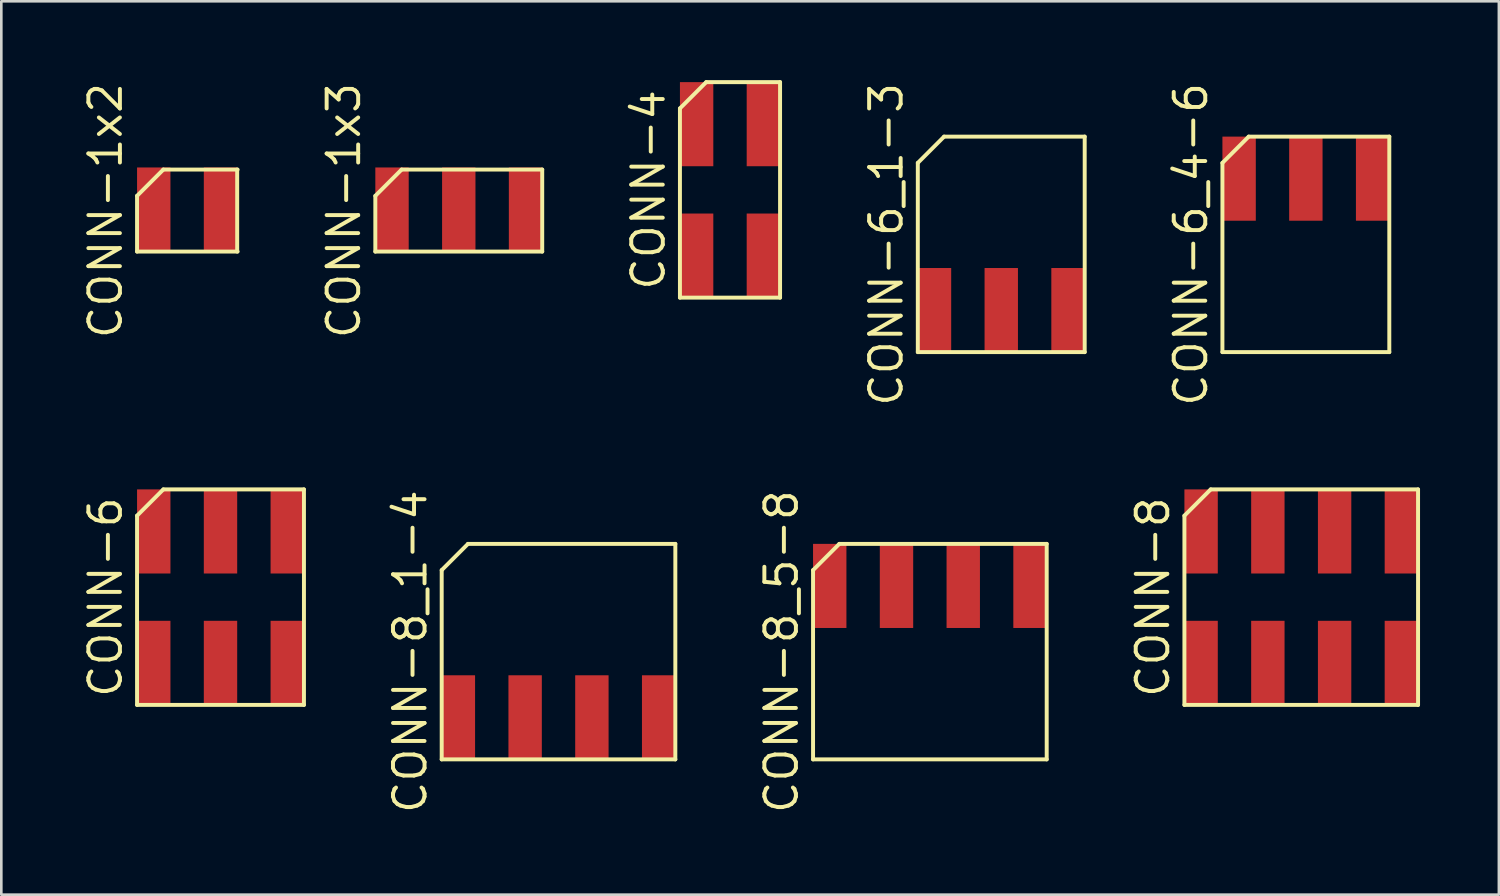
<source format=kicad_pcb>
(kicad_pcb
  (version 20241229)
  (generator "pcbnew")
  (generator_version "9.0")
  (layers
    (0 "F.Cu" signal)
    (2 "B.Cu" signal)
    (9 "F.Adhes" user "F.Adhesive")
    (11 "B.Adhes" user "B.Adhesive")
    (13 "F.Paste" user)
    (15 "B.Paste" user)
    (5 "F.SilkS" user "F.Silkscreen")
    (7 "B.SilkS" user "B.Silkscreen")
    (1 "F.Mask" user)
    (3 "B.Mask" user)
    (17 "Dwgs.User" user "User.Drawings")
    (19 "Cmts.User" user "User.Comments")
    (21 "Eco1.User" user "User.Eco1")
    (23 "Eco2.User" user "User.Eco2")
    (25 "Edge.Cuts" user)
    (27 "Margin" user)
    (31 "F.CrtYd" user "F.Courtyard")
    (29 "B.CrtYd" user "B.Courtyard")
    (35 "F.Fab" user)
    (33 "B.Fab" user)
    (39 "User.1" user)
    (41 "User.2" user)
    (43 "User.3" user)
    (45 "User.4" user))
  (footprint "CONN-6"
    (layer "F.Cu")
    (at 5.34 19.671)
    (property "Reference" "CONN-6" (at -4.375 0 90) (layer "F.SilkS") (effects (font (size 1.2 1.2) (thickness 0.15))))
    (attr through_hole)
    (fp_line (start -3.175 -3.1) (end -3.175 4.1) (stroke (width 0.15) (type solid)) (layer "F.SilkS"))
    (fp_line (start -3.175 4.1) (end 3.175 4.1) (stroke (width 0.15) (type solid)) (layer "F.SilkS"))
    (fp_line (start -2.175 -4.1) (end -3.175 -3.1) (stroke (width 0.15) (type solid)) (layer "F.SilkS"))
    (fp_line (start 3.175 -4.1) (end -2.175 -4.1) (stroke (width 0.15) (type solid)) (layer "F.SilkS"))
    (fp_line (start 3.175 4.1) (end 3.175 -4.1) (stroke (width 0.15) (type solid)) (layer "F.SilkS"))
    (pad "1" smd rect (at -2.54 2.5) (size 1.27 3.2) (layers "F.Cu" "F.Mask" "F.Paste"))
    (pad "2" smd rect (at 0 2.5) (size 1.27 3.2) (layers "F.Cu" "F.Mask" "F.Paste"))
    (pad "3" smd rect (at 2.54 2.5) (size 1.27 3.2) (layers "F.Cu" "F.Mask" "F.Paste"))
    (pad "4" smd rect (at 2.54 -2.5) (size 1.27 3.2) (layers "F.Cu" "F.Mask" "F.Paste"))
    (pad "5" smd rect (at 0 -2.5) (size 1.27 3.2) (layers "F.Cu" "F.Mask" "F.Paste"))
    (pad "6" smd rect (at -2.54 -2.5) (size 1.27 3.2) (layers "F.Cu" "F.Mask" "F.Paste")))
  (footprint "CONN-8_1-4"
    (layer "F.Cu")
    (at 18.201 21.744)
    (property "Reference" "CONN-8_1-4" (at -5.645 0 90) (layer "F.SilkS") (effects (font (size 1.2 1.2) (thickness 0.15))))
    (attr through_hole)
    (fp_line (start -4.445 -3.1) (end -4.445 4.1) (stroke (width 0.15) (type solid)) (layer "F.SilkS"))
    (fp_line (start -4.445 4.1) (end 4.445 4.1) (stroke (width 0.15) (type solid)) (layer "F.SilkS"))
    (fp_line (start -3.445 -4.1) (end -4.445 -3.1) (stroke (width 0.15) (type solid)) (layer "F.SilkS"))
    (fp_line (start 4.445 -4.1) (end -3.445 -4.1) (stroke (width 0.15) (type solid)) (layer "F.SilkS"))
    (fp_line (start 4.445 4.1) (end 4.445 -4.1) (stroke (width 0.15) (type solid)) (layer "F.SilkS"))
    (pad "1" smd rect (at -3.81 2.5) (size 1.27 3.2) (layers "F.Cu" "F.Mask" "F.Paste"))
    (pad "2" smd rect (at -1.27 2.5) (size 1.27 3.2) (layers "F.Cu" "F.Mask" "F.Paste"))
    (pad "3" smd rect (at 1.27 2.5) (size 1.27 3.2) (layers "F.Cu" "F.Mask" "F.Paste"))
    (pad "4" smd rect (at 3.81 2.5) (size 1.27 3.2) (layers "F.Cu" "F.Mask" "F.Paste")))
  (footprint "CONN-8"
    (layer "F.Cu")
    (at 46.461 19.671)
    (property "Reference" "CONN-8" (at -5.645 0 90) (layer "F.SilkS") (effects (font (size 1.2 1.2) (thickness 0.15))))
    (attr through_hole)
    (fp_line (start -4.445 -3.1) (end -4.445 4.1) (stroke (width 0.15) (type solid)) (layer "F.SilkS"))
    (fp_line (start -4.445 4.1) (end 4.445 4.1) (stroke (width 0.15) (type solid)) (layer "F.SilkS"))
    (fp_line (start -3.445 -4.1) (end -4.445 -3.1) (stroke (width 0.15) (type solid)) (layer "F.SilkS"))
    (fp_line (start 4.445 -4.1) (end -3.445 -4.1) (stroke (width 0.15) (type solid)) (layer "F.SilkS"))
    (fp_line (start 4.445 4.1) (end 4.445 -4.1) (stroke (width 0.15) (type solid)) (layer "F.SilkS"))
    (pad "1" smd rect (at -3.81 2.5) (size 1.27 3.2) (layers "F.Cu" "F.Mask" "F.Paste"))
    (pad "2" smd rect (at -1.27 2.5) (size 1.27 3.2) (layers "F.Cu" "F.Mask" "F.Paste"))
    (pad "3" smd rect (at 1.27 2.5) (size 1.27 3.2) (layers "F.Cu" "F.Mask" "F.Paste"))
    (pad "4" smd rect (at 3.81 2.5) (size 1.27 3.2) (layers "F.Cu" "F.Mask" "F.Paste"))
    (pad "5" smd rect (at 3.81 -2.5) (size 1.27 3.2) (layers "F.Cu" "F.Mask" "F.Paste"))
    (pad "6" smd rect (at 1.27 -2.5) (size 1.27 3.2) (layers "F.Cu" "F.Mask" "F.Paste"))
    (pad "7" smd rect (at -1.27 -2.5) (size 1.27 3.2) (layers "F.Cu" "F.Mask" "F.Paste"))
    (pad "8" smd rect (at -3.81 -2.5) (size 1.27 3.2) (layers "F.Cu" "F.Mask" "F.Paste")))
  (footprint "CONN-1x3"
    (layer "F.Cu")
    (at 14.406 4.962)
    (property "Reference" "CONN-1x3" (at -4.375 0 90) (layer "F.SilkS") (effects (font (size 1.2 1.2) (thickness 0.15))))
    (attr through_hole)
    (fp_line (start -3.175 1.56) (end -3.175 -0.56) (stroke (width 0.15) (type solid)) (layer "F.SilkS"))
    (fp_line (start -3.175 1.56) (end 3.175 1.56) (stroke (width 0.15) (type solid)) (layer "F.SilkS"))
    (fp_line (start -2.175 -1.56) (end -3.175 -0.56) (stroke (width 0.15) (type solid)) (layer "F.SilkS"))
    (fp_line (start 3.175 -1.56) (end -2.175 -1.56) (stroke (width 0.15) (type solid)) (layer "F.SilkS"))
    (fp_line (start 3.175 1.56) (end 3.175 -1.56) (stroke (width 0.15) (type solid)) (layer "F.SilkS"))
    (pad "1" smd rect (at -2.54 -0.04) (size 1.27 3.2) (layers "F.Cu" "F.Mask" "F.Paste"))
    (pad "2" smd rect (at 0 -0.04) (size 1.27 3.2) (layers "F.Cu" "F.Mask" "F.Paste"))
    (pad "3" smd rect (at 2.54 -0.04) (size 1.27 3.2) (layers "F.Cu" "F.Mask" "F.Paste")))
  (footprint "CONN-8_5-8"
    (layer "F.Cu")
    (at 32.331 21.744)
    (property "Reference" "CONN-8_5-8" (at -5.645 0 90) (layer "F.SilkS") (effects (font (size 1.2 1.2) (thickness 0.15))))
    (attr through_hole)
    (fp_line (start -4.445 -3.1) (end -4.445 4.1) (stroke (width 0.15) (type solid)) (layer "F.SilkS"))
    (fp_line (start -4.445 4.1) (end 4.445 4.1) (stroke (width 0.15) (type solid)) (layer "F.SilkS"))
    (fp_line (start -3.445 -4.1) (end -4.445 -3.1) (stroke (width 0.15) (type solid)) (layer "F.SilkS"))
    (fp_line (start 4.445 -4.1) (end -3.445 -4.1) (stroke (width 0.15) (type solid)) (layer "F.SilkS"))
    (fp_line (start 4.445 4.1) (end 4.445 -4.1) (stroke (width 0.15) (type solid)) (layer "F.SilkS"))
    (pad "5" smd rect (at 3.81 -2.5) (size 1.27 3.2) (layers "F.Cu" "F.Mask" "F.Paste"))
    (pad "6" smd rect (at 1.27 -2.5) (size 1.27 3.2) (layers "F.Cu" "F.Mask" "F.Paste"))
    (pad "7" smd rect (at -1.27 -2.5) (size 1.27 3.2) (layers "F.Cu" "F.Mask" "F.Paste"))
    (pad "8" smd rect (at -3.81 -2.5) (size 1.27 3.2) (layers "F.Cu" "F.Mask" "F.Paste")))
  (footprint "CONN-4"
    (layer "F.Cu")
    (at 24.726 4.175)
    (property "Reference" "CONN-4" (at -3.105 0 90) (layer "F.SilkS") (effects (font (size 1.2 1.2) (thickness 0.15))))
    (attr through_hole)
    (fp_line (start -1.905 -3.1) (end -1.905 4.1) (stroke (width 0.15) (type solid)) (layer "F.SilkS"))
    (fp_line (start -1.905 4.1) (end 1.905 4.1) (stroke (width 0.15) (type solid)) (layer "F.SilkS"))
    (fp_line (start -0.905 -4.1) (end -1.905 -3.1) (stroke (width 0.15) (type solid)) (layer "F.SilkS"))
    (fp_line (start 1.905 -4.1) (end -0.905 -4.1) (stroke (width 0.15) (type solid)) (layer "F.SilkS"))
    (fp_line (start 1.905 4.1) (end 1.905 -4.1) (stroke (width 0.15) (type solid)) (layer "F.SilkS"))
    (pad "1" smd rect (at -1.27 2.5) (size 1.27 3.2) (layers "F.Cu" "F.Mask" "F.Paste"))
    (pad "2" smd rect (at 1.27 2.5) (size 1.27 3.2) (layers "F.Cu" "F.Mask" "F.Paste"))
    (pad "3" smd rect (at 1.27 -2.5) (size 1.27 3.2) (layers "F.Cu" "F.Mask" "F.Paste"))
    (pad "4" smd rect (at -1.27 -2.5) (size 1.27 3.2) (layers "F.Cu" "F.Mask" "F.Paste")))
  (footprint "CONN-6_1-3"
    (layer "F.Cu")
    (at 35.047 6.248)
    (property "Reference" "CONN-6_1-3" (at -4.375 0 90) (layer "F.SilkS") (effects (font (size 1.2 1.2) (thickness 0.15))))
    (attr through_hole)
    (fp_line (start -3.175 -3.1) (end -3.175 4.1) (stroke (width 0.15) (type solid)) (layer "F.SilkS"))
    (fp_line (start -3.175 4.1) (end 3.175 4.1) (stroke (width 0.15) (type solid)) (layer "F.SilkS"))
    (fp_line (start -2.175 -4.1) (end -3.175 -3.1) (stroke (width 0.15) (type solid)) (layer "F.SilkS"))
    (fp_line (start 3.175 -4.1) (end -2.175 -4.1) (stroke (width 0.15) (type solid)) (layer "F.SilkS"))
    (fp_line (start 3.175 4.1) (end 3.175 -4.1) (stroke (width 0.15) (type solid)) (layer "F.SilkS"))
    (pad "1" smd rect (at -2.54 2.5) (size 1.27 3.2) (layers "F.Cu" "F.Mask" "F.Paste"))
    (pad "2" smd rect (at 0 2.5) (size 1.27 3.2) (layers "F.Cu" "F.Mask" "F.Paste"))
    (pad "3" smd rect (at 2.54 2.5) (size 1.27 3.2) (layers "F.Cu" "F.Mask" "F.Paste")))
  (footprint "CONN-6_4-6"
    (layer "F.Cu")
    (at 46.637 6.248)
    (property "Reference" "CONN-6_4-6" (at -4.375 0 90) (layer "F.SilkS") (effects (font (size 1.2 1.2) (thickness 0.15))))
    (attr through_hole)
    (fp_line (start -3.175 -3.1) (end -3.175 4.1) (stroke (width 0.15) (type solid)) (layer "F.SilkS"))
    (fp_line (start -3.175 4.1) (end 3.175 4.1) (stroke (width 0.15) (type solid)) (layer "F.SilkS"))
    (fp_line (start -2.175 -4.1) (end -3.175 -3.1) (stroke (width 0.15) (type solid)) (layer "F.SilkS"))
    (fp_line (start 3.175 -4.1) (end -2.175 -4.1) (stroke (width 0.15) (type solid)) (layer "F.SilkS"))
    (fp_line (start 3.175 4.1) (end 3.175 -4.1) (stroke (width 0.15) (type solid)) (layer "F.SilkS"))
    (pad "4" smd rect (at 2.54 -2.5) (size 1.27 3.2) (layers "F.Cu" "F.Mask" "F.Paste"))
    (pad "5" smd rect (at 0 -2.5) (size 1.27 3.2) (layers "F.Cu" "F.Mask" "F.Paste"))
    (pad "6" smd rect (at -2.54 -2.5) (size 1.27 3.2) (layers "F.Cu" "F.Mask" "F.Paste")))
  (footprint "CONN-1x2"
    (layer "F.Cu")
    (at 4.07 4.962)
    (property "Reference" "CONN-1x2" (at -3.105 0 90) (layer "F.SilkS") (effects (font (size 1.2 1.2) (thickness 0.15))))
    (attr through_hole)
    (fp_line (start -1.905 1.56) (end -1.905 -0.56) (stroke (width 0.15) (type solid)) (layer "F.SilkS"))
    (fp_line (start -1.905 1.56) (end 1.921 1.56) (stroke (width 0.15) (type solid)) (layer "F.SilkS"))
    (fp_line (start -0.905 -1.56) (end -1.905 -0.56) (stroke (width 0.15) (type solid)) (layer "F.SilkS"))
    (fp_line (start 1.905 1.56) (end 1.905 -1.56) (stroke (width 0.15) (type solid)) (layer "F.SilkS"))
    (fp_line (start 1.92 -1.56) (end -0.905 -1.56) (stroke (width 0.15) (type solid)) (layer "F.SilkS"))
    (pad "1" smd rect (at -1.27 -0.04) (size 1.27 3.2) (layers "F.Cu" "F.Mask" "F.Paste"))
    (pad "2" smd rect (at 1.27 -0.04) (size 1.27 3.2) (layers "F.Cu" "F.Mask" "F.Paste")))
  (gr_rect
    (start -3 -3)
    (end 53.981 30.991)
    (stroke (width 0.1) (type default))
    (fill no)
    (layer "Edge.Cuts")))
</source>
